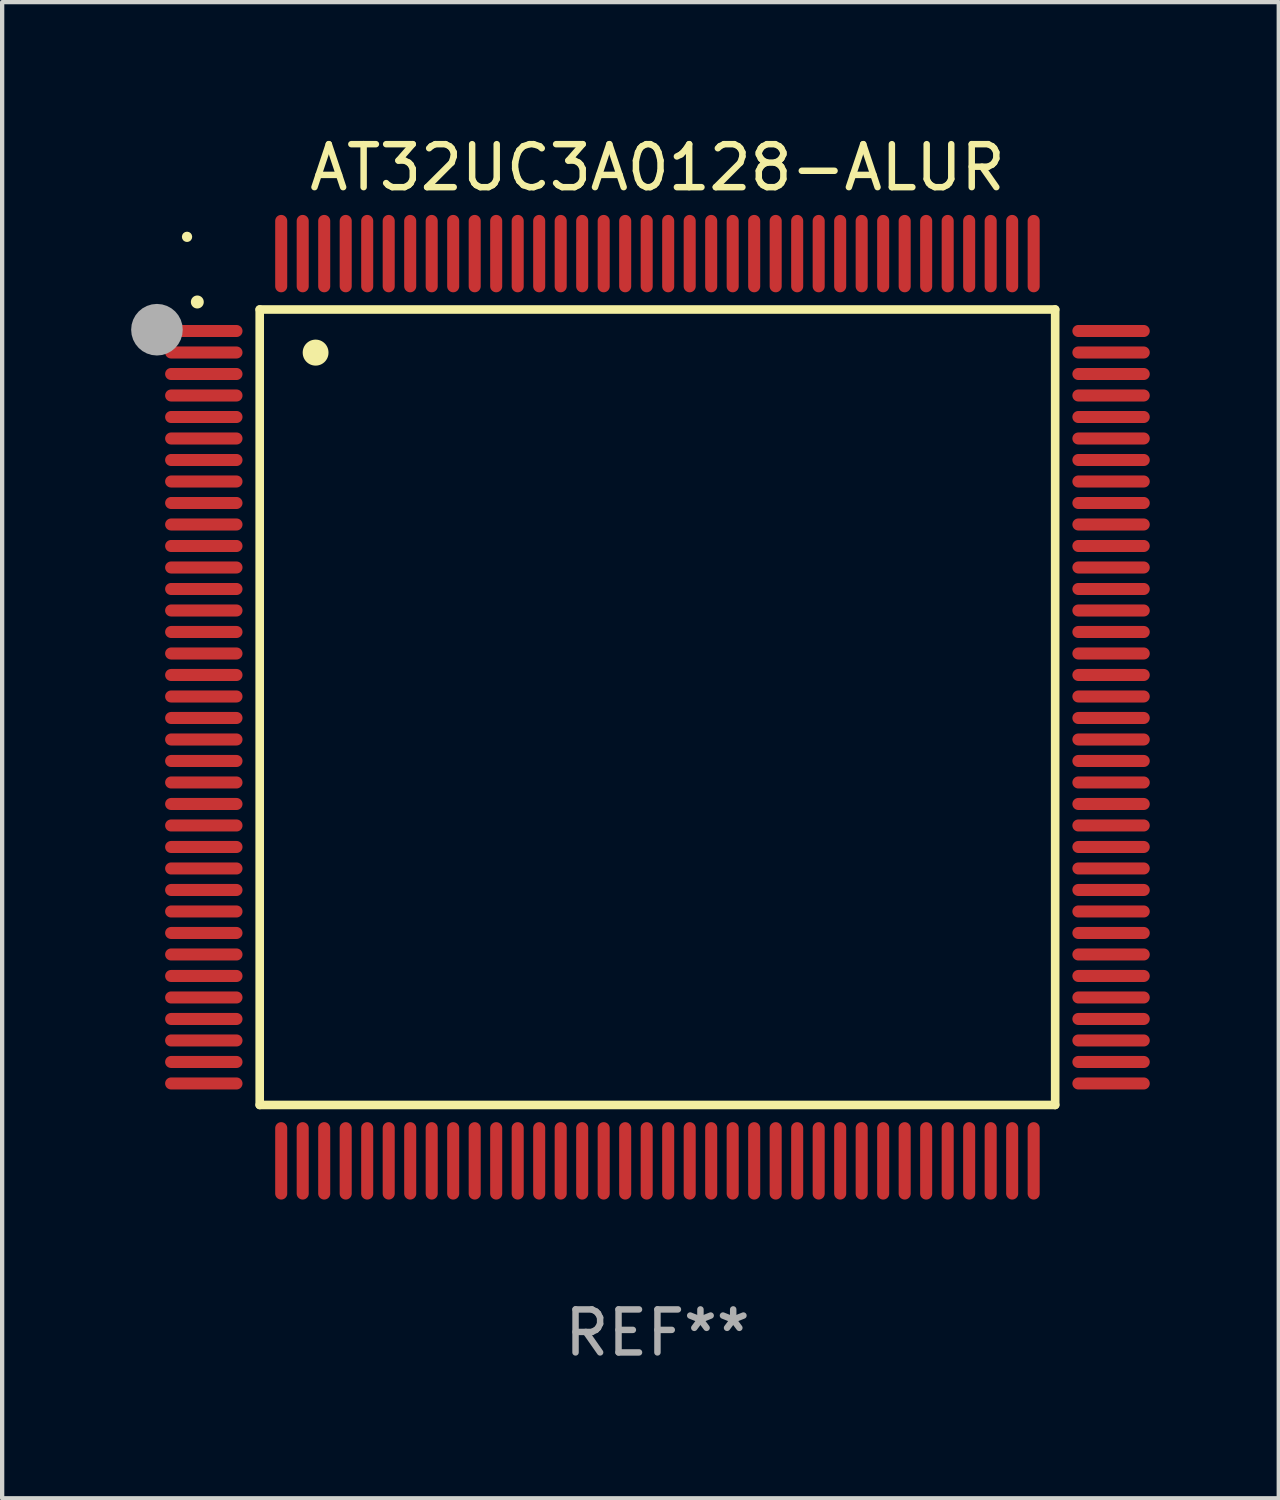
<source format=kicad_pcb>
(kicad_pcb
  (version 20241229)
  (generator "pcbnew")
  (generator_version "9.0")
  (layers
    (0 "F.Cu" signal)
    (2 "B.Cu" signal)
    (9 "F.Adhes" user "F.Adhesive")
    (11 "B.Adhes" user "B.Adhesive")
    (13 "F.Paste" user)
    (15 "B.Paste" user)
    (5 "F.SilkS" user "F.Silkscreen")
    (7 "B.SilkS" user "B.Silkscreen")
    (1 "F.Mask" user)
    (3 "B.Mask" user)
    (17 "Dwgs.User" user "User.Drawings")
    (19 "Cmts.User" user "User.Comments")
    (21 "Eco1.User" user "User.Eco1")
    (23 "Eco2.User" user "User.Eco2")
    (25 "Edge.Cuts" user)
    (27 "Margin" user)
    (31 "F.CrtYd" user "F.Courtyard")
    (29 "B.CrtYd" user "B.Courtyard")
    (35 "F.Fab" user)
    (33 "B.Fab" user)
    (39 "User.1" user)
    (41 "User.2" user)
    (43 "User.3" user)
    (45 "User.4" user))
  (footprint "AT32UC3A0128-ALUR"
    (layer "F.Cu")
    (at 12.24 13.398)
    (property "Reference" "AT32UC3A0128-ALUR" (at 0 -12.55 0) (layer "F.SilkS") (effects (font (size 1 1) (thickness 0.15))))
    (attr through_hole)
    (fp_line (start -9.25 -9.25) (end 9.25 -9.25) (stroke (width 0.2) (type solid)) (layer "F.SilkS"))
    (fp_line (start -9.25 9.25) (end -9.25 -9.25) (stroke (width 0.2) (type solid)) (layer "F.SilkS"))
    (fp_line (start 9.25 -9.25) (end 9.25 9.25) (stroke (width 0.2) (type solid)) (layer "F.SilkS"))
    (fp_line (start 9.25 9.25) (end -9.25 9.25) (stroke (width 0.2) (type solid)) (layer "F.SilkS"))
    (fp_arc (start -10.701041 -9.423419) (mid -10.701046 -9.424689) (end -10.701041 -9.425959) (stroke (width 0.3) (type solid)) (layer "F.SilkS"))
    (fp_arc (start -7.950216 -8.244856) (mid -7.950227 -8.247396) (end -7.950216 -8.249936) (stroke (width 0.6) (type solid)) (layer "F.SilkS"))
    (fp_circle (center -10.94 -10.94) (end -10.88 -10.94) (stroke (width 0.12) (type solid)) (fill no) (layer "F.SilkS"))
    (fp_circle (center -11.64 -8.78) (end -11.34 -8.78) (stroke (width 0.6) (type solid)) (fill no) (layer "F.Fab"))
    (fp_text user "REF**" (at 0 14.55 0) (layer "F.Fab") (effects (font (size 1 1) (thickness 0.15))))
    (pad "1" smd oval (at -10.55 -8.75 90) (size 0.28 1.8) (layers "F.Cu" "F.Mask" "F.Paste"))
    (pad "2" smd oval (at -10.55 -8.25 90) (size 0.28 1.8) (layers "F.Cu" "F.Mask" "F.Paste"))
    (pad "3" smd oval (at -10.55 -7.75 90) (size 0.28 1.8) (layers "F.Cu" "F.Mask" "F.Paste"))
    (pad "4" smd oval (at -10.55 -7.25 90) (size 0.28 1.8) (layers "F.Cu" "F.Mask" "F.Paste"))
    (pad "5" smd oval (at -10.55 -6.75 90) (size 0.28 1.8) (layers "F.Cu" "F.Mask" "F.Paste"))
    (pad "6" smd oval (at -10.55 -6.25 90) (size 0.28 1.8) (layers "F.Cu" "F.Mask" "F.Paste"))
    (pad "7" smd oval (at -10.55 -5.75 90) (size 0.28 1.8) (layers "F.Cu" "F.Mask" "F.Paste"))
    (pad "8" smd oval (at -10.55 -5.25 90) (size 0.28 1.8) (layers "F.Cu" "F.Mask" "F.Paste"))
    (pad "9" smd oval (at -10.55 -4.75 90) (size 0.28 1.8) (layers "F.Cu" "F.Mask" "F.Paste"))
    (pad "10" smd oval (at -10.55 -4.25 90) (size 0.28 1.8) (layers "F.Cu" "F.Mask" "F.Paste"))
    (pad "11" smd oval (at -10.55 -3.75 90) (size 0.28 1.8) (layers "F.Cu" "F.Mask" "F.Paste"))
    (pad "12" smd oval (at -10.55 -3.25 90) (size 0.28 1.8) (layers "F.Cu" "F.Mask" "F.Paste"))
    (pad "13" smd oval (at -10.55 -2.75 90) (size 0.28 1.8) (layers "F.Cu" "F.Mask" "F.Paste"))
    (pad "14" smd oval (at -10.55 -2.25 90) (size 0.28 1.8) (layers "F.Cu" "F.Mask" "F.Paste"))
    (pad "15" smd oval (at -10.55 -1.75 90) (size 0.28 1.8) (layers "F.Cu" "F.Mask" "F.Paste"))
    (pad "16" smd oval (at -10.55 -1.25 90) (size 0.28 1.8) (layers "F.Cu" "F.Mask" "F.Paste"))
    (pad "17" smd oval (at -10.55 -0.75 90) (size 0.28 1.8) (layers "F.Cu" "F.Mask" "F.Paste"))
    (pad "18" smd oval (at -10.55 -0.25 90) (size 0.28 1.8) (layers "F.Cu" "F.Mask" "F.Paste"))
    (pad "19" smd oval (at -10.55 0.25 90) (size 0.28 1.8) (layers "F.Cu" "F.Mask" "F.Paste"))
    (pad "20" smd oval (at -10.55 0.75 90) (size 0.28 1.8) (layers "F.Cu" "F.Mask" "F.Paste"))
    (pad "21" smd oval (at -10.55 1.25 90) (size 0.28 1.8) (layers "F.Cu" "F.Mask" "F.Paste"))
    (pad "22" smd oval (at -10.55 1.75 90) (size 0.28 1.8) (layers "F.Cu" "F.Mask" "F.Paste"))
    (pad "23" smd oval (at -10.55 2.25 90) (size 0.28 1.8) (layers "F.Cu" "F.Mask" "F.Paste"))
    (pad "24" smd oval (at -10.55 2.75 90) (size 0.28 1.8) (layers "F.Cu" "F.Mask" "F.Paste"))
    (pad "25" smd oval (at -10.55 3.25 90) (size 0.28 1.8) (layers "F.Cu" "F.Mask" "F.Paste"))
    (pad "26" smd oval (at -10.55 3.75 90) (size 0.28 1.8) (layers "F.Cu" "F.Mask" "F.Paste"))
    (pad "27" smd oval (at -10.55 4.25 90) (size 0.28 1.8) (layers "F.Cu" "F.Mask" "F.Paste"))
    (pad "28" smd oval (at -10.55 4.75 90) (size 0.28 1.8) (layers "F.Cu" "F.Mask" "F.Paste"))
    (pad "29" smd oval (at -10.55 5.25 90) (size 0.28 1.8) (layers "F.Cu" "F.Mask" "F.Paste"))
    (pad "30" smd oval (at -10.55 5.75 90) (size 0.28 1.8) (layers "F.Cu" "F.Mask" "F.Paste"))
    (pad "31" smd oval (at -10.55 6.25 90) (size 0.28 1.8) (layers "F.Cu" "F.Mask" "F.Paste"))
    (pad "32" smd oval (at -10.55 6.75 90) (size 0.28 1.8) (layers "F.Cu" "F.Mask" "F.Paste"))
    (pad "33" smd oval (at -10.55 7.25 90) (size 0.28 1.8) (layers "F.Cu" "F.Mask" "F.Paste"))
    (pad "34" smd oval (at -10.55 7.75 90) (size 0.28 1.8) (layers "F.Cu" "F.Mask" "F.Paste"))
    (pad "35" smd oval (at -10.55 8.25 90) (size 0.28 1.8) (layers "F.Cu" "F.Mask" "F.Paste"))
    (pad "36" smd oval (at -10.55 8.75 90) (size 0.28 1.8) (layers "F.Cu" "F.Mask" "F.Paste"))
    (pad "37" smd oval (at -8.75 10.55) (size 0.28 1.8) (layers "F.Cu" "F.Mask" "F.Paste"))
    (pad "38" smd oval (at -8.25 10.55) (size 0.28 1.8) (layers "F.Cu" "F.Mask" "F.Paste"))
    (pad "39" smd oval (at -7.75 10.55) (size 0.28 1.8) (layers "F.Cu" "F.Mask" "F.Paste"))
    (pad "40" smd oval (at -7.25 10.55) (size 0.28 1.8) (layers "F.Cu" "F.Mask" "F.Paste"))
    (pad "41" smd oval (at -6.75 10.55) (size 0.28 1.8) (layers "F.Cu" "F.Mask" "F.Paste"))
    (pad "42" smd oval (at -6.25 10.55) (size 0.28 1.8) (layers "F.Cu" "F.Mask" "F.Paste"))
    (pad "43" smd oval (at -5.75 10.55) (size 0.28 1.8) (layers "F.Cu" "F.Mask" "F.Paste"))
    (pad "44" smd oval (at -5.25 10.55) (size 0.28 1.8) (layers "F.Cu" "F.Mask" "F.Paste"))
    (pad "45" smd oval (at -4.75 10.55) (size 0.28 1.8) (layers "F.Cu" "F.Mask" "F.Paste"))
    (pad "46" smd oval (at -4.25 10.55) (size 0.28 1.8) (layers "F.Cu" "F.Mask" "F.Paste"))
    (pad "47" smd oval (at -3.75 10.55) (size 0.28 1.8) (layers "F.Cu" "F.Mask" "F.Paste"))
    (pad "48" smd oval (at -3.25 10.55) (size 0.28 1.8) (layers "F.Cu" "F.Mask" "F.Paste"))
    (pad "49" smd oval (at -2.75 10.55) (size 0.28 1.8) (layers "F.Cu" "F.Mask" "F.Paste"))
    (pad "50" smd oval (at -2.25 10.55) (size 0.28 1.8) (layers "F.Cu" "F.Mask" "F.Paste"))
    (pad "51" smd oval (at -1.75 10.55) (size 0.28 1.8) (layers "F.Cu" "F.Mask" "F.Paste"))
    (pad "52" smd oval (at -1.25 10.55) (size 0.28 1.8) (layers "F.Cu" "F.Mask" "F.Paste"))
    (pad "53" smd oval (at -0.75 10.55) (size 0.28 1.8) (layers "F.Cu" "F.Mask" "F.Paste"))
    (pad "54" smd oval (at -0.25 10.55) (size 0.28 1.8) (layers "F.Cu" "F.Mask" "F.Paste"))
    (pad "55" smd oval (at 0.25 10.55) (size 0.28 1.8) (layers "F.Cu" "F.Mask" "F.Paste"))
    (pad "56" smd oval (at 0.75 10.55) (size 0.28 1.8) (layers "F.Cu" "F.Mask" "F.Paste"))
    (pad "57" smd oval (at 1.25 10.55) (size 0.28 1.8) (layers "F.Cu" "F.Mask" "F.Paste"))
    (pad "58" smd oval (at 1.75 10.55) (size 0.28 1.8) (layers "F.Cu" "F.Mask" "F.Paste"))
    (pad "59" smd oval (at 2.25 10.55) (size 0.28 1.8) (layers "F.Cu" "F.Mask" "F.Paste"))
    (pad "60" smd oval (at 2.75 10.55) (size 0.28 1.8) (layers "F.Cu" "F.Mask" "F.Paste"))
    (pad "61" smd oval (at 3.25 10.55) (size 0.28 1.8) (layers "F.Cu" "F.Mask" "F.Paste"))
    (pad "62" smd oval (at 3.75 10.55) (size 0.28 1.8) (layers "F.Cu" "F.Mask" "F.Paste"))
    (pad "63" smd oval (at 4.25 10.55) (size 0.28 1.8) (layers "F.Cu" "F.Mask" "F.Paste"))
    (pad "64" smd oval (at 4.75 10.55) (size 0.28 1.8) (layers "F.Cu" "F.Mask" "F.Paste"))
    (pad "65" smd oval (at 5.25 10.55) (size 0.28 1.8) (layers "F.Cu" "F.Mask" "F.Paste"))
    (pad "66" smd oval (at 5.75 10.55) (size 0.28 1.8) (layers "F.Cu" "F.Mask" "F.Paste"))
    (pad "67" smd oval (at 6.25 10.55) (size 0.28 1.8) (layers "F.Cu" "F.Mask" "F.Paste"))
    (pad "68" smd oval (at 6.75 10.55) (size 0.28 1.8) (layers "F.Cu" "F.Mask" "F.Paste"))
    (pad "69" smd oval (at 7.25 10.55) (size 0.28 1.8) (layers "F.Cu" "F.Mask" "F.Paste"))
    (pad "70" smd oval (at 7.75 10.55) (size 0.28 1.8) (layers "F.Cu" "F.Mask" "F.Paste"))
    (pad "71" smd oval (at 8.25 10.55) (size 0.28 1.8) (layers "F.Cu" "F.Mask" "F.Paste"))
    (pad "72" smd oval (at 8.75 10.55) (size 0.28 1.8) (layers "F.Cu" "F.Mask" "F.Paste"))
    (pad "73" smd oval (at 10.55 8.75 90) (size 0.28 1.8) (layers "F.Cu" "F.Mask" "F.Paste"))
    (pad "74" smd oval (at 10.55 8.25 90) (size 0.28 1.8) (layers "F.Cu" "F.Mask" "F.Paste"))
    (pad "75" smd oval (at 10.55 7.75 90) (size 0.28 1.8) (layers "F.Cu" "F.Mask" "F.Paste"))
    (pad "76" smd oval (at 10.55 7.25 90) (size 0.28 1.8) (layers "F.Cu" "F.Mask" "F.Paste"))
    (pad "77" smd oval (at 10.55 6.75 90) (size 0.28 1.8) (layers "F.Cu" "F.Mask" "F.Paste"))
    (pad "78" smd oval (at 10.55 6.25 90) (size 0.28 1.8) (layers "F.Cu" "F.Mask" "F.Paste"))
    (pad "79" smd oval (at 10.55 5.75 90) (size 0.28 1.8) (layers "F.Cu" "F.Mask" "F.Paste"))
    (pad "80" smd oval (at 10.55 5.25 90) (size 0.28 1.8) (layers "F.Cu" "F.Mask" "F.Paste"))
    (pad "81" smd oval (at 10.55 4.75 90) (size 0.28 1.8) (layers "F.Cu" "F.Mask" "F.Paste"))
    (pad "82" smd oval (at 10.55 4.25 90) (size 0.28 1.8) (layers "F.Cu" "F.Mask" "F.Paste"))
    (pad "83" smd oval (at 10.55 3.75 90) (size 0.28 1.8) (layers "F.Cu" "F.Mask" "F.Paste"))
    (pad "84" smd oval (at 10.55 3.25 90) (size 0.28 1.8) (layers "F.Cu" "F.Mask" "F.Paste"))
    (pad "85" smd oval (at 10.55 2.75 90) (size 0.28 1.8) (layers "F.Cu" "F.Mask" "F.Paste"))
    (pad "86" smd oval (at 10.55 2.25 90) (size 0.28 1.8) (layers "F.Cu" "F.Mask" "F.Paste"))
    (pad "87" smd oval (at 10.55 1.75 90) (size 0.28 1.8) (layers "F.Cu" "F.Mask" "F.Paste"))
    (pad "88" smd oval (at 10.55 1.25 90) (size 0.28 1.8) (layers "F.Cu" "F.Mask" "F.Paste"))
    (pad "89" smd oval (at 10.55 0.75 90) (size 0.28 1.8) (layers "F.Cu" "F.Mask" "F.Paste"))
    (pad "90" smd oval (at 10.55 0.25 90) (size 0.28 1.8) (layers "F.Cu" "F.Mask" "F.Paste"))
    (pad "91" smd oval (at 10.55 -0.25 90) (size 0.28 1.8) (layers "F.Cu" "F.Mask" "F.Paste"))
    (pad "92" smd oval (at 10.55 -0.75 90) (size 0.28 1.8) (layers "F.Cu" "F.Mask" "F.Paste"))
    (pad "93" smd oval (at 10.55 -1.25 90) (size 0.28 1.8) (layers "F.Cu" "F.Mask" "F.Paste"))
    (pad "94" smd oval (at 10.55 -1.75 90) (size 0.28 1.8) (layers "F.Cu" "F.Mask" "F.Paste"))
    (pad "95" smd oval (at 10.55 -2.25 90) (size 0.28 1.8) (layers "F.Cu" "F.Mask" "F.Paste"))
    (pad "96" smd oval (at 10.55 -2.75 90) (size 0.28 1.8) (layers "F.Cu" "F.Mask" "F.Paste"))
    (pad "97" smd oval (at 10.55 -3.25 90) (size 0.28 1.8) (layers "F.Cu" "F.Mask" "F.Paste"))
    (pad "98" smd oval (at 10.55 -3.75 90) (size 0.28 1.8) (layers "F.Cu" "F.Mask" "F.Paste"))
    (pad "99" smd oval (at 10.55 -4.25 90) (size 0.28 1.8) (layers "F.Cu" "F.Mask" "F.Paste"))
    (pad "100" smd oval (at 10.55 -4.75 90) (size 0.28 1.8) (layers "F.Cu" "F.Mask" "F.Paste"))
    (pad "101" smd oval (at 10.55 -5.25 90) (size 0.28 1.8) (layers "F.Cu" "F.Mask" "F.Paste"))
    (pad "102" smd oval (at 10.55 -5.75 90) (size 0.28 1.8) (layers "F.Cu" "F.Mask" "F.Paste"))
    (pad "103" smd oval (at 10.55 -6.25 90) (size 0.28 1.8) (layers "F.Cu" "F.Mask" "F.Paste"))
    (pad "104" smd oval (at 10.55 -6.75 90) (size 0.28 1.8) (layers "F.Cu" "F.Mask" "F.Paste"))
    (pad "105" smd oval (at 10.55 -7.25 90) (size 0.28 1.8) (layers "F.Cu" "F.Mask" "F.Paste"))
    (pad "106" smd oval (at 10.55 -7.75 90) (size 0.28 1.8) (layers "F.Cu" "F.Mask" "F.Paste"))
    (pad "107" smd oval (at 10.55 -8.25 90) (size 0.28 1.8) (layers "F.Cu" "F.Mask" "F.Paste"))
    (pad "108" smd oval (at 10.55 -8.75 90) (size 0.28 1.8) (layers "F.Cu" "F.Mask" "F.Paste"))
    (pad "109" smd oval (at 8.75 -10.55) (size 0.28 1.8) (layers "F.Cu" "F.Mask" "F.Paste"))
    (pad "110" smd oval (at 8.25 -10.55) (size 0.28 1.8) (layers "F.Cu" "F.Mask" "F.Paste"))
    (pad "111" smd oval (at 7.75 -10.55) (size 0.28 1.8) (layers "F.Cu" "F.Mask" "F.Paste"))
    (pad "112" smd oval (at 7.25 -10.55) (size 0.28 1.8) (layers "F.Cu" "F.Mask" "F.Paste"))
    (pad "113" smd oval (at 6.75 -10.55) (size 0.28 1.8) (layers "F.Cu" "F.Mask" "F.Paste"))
    (pad "114" smd oval (at 6.25 -10.55) (size 0.28 1.8) (layers "F.Cu" "F.Mask" "F.Paste"))
    (pad "115" smd oval (at 5.75 -10.55) (size 0.28 1.8) (layers "F.Cu" "F.Mask" "F.Paste"))
    (pad "116" smd oval (at 5.25 -10.55) (size 0.28 1.8) (layers "F.Cu" "F.Mask" "F.Paste"))
    (pad "117" smd oval (at 4.75 -10.55) (size 0.28 1.8) (layers "F.Cu" "F.Mask" "F.Paste"))
    (pad "118" smd oval (at 4.25 -10.55) (size 0.28 1.8) (layers "F.Cu" "F.Mask" "F.Paste"))
    (pad "119" smd oval (at 3.75 -10.55) (size 0.28 1.8) (layers "F.Cu" "F.Mask" "F.Paste"))
    (pad "120" smd oval (at 3.25 -10.55) (size 0.28 1.8) (layers "F.Cu" "F.Mask" "F.Paste"))
    (pad "121" smd oval (at 2.75 -10.55) (size 0.28 1.8) (layers "F.Cu" "F.Mask" "F.Paste"))
    (pad "122" smd oval (at 2.25 -10.55) (size 0.28 1.8) (layers "F.Cu" "F.Mask" "F.Paste"))
    (pad "123" smd oval (at 1.75 -10.55) (size 0.28 1.8) (layers "F.Cu" "F.Mask" "F.Paste"))
    (pad "124" smd oval (at 1.25 -10.55) (size 0.28 1.8) (layers "F.Cu" "F.Mask" "F.Paste"))
    (pad "125" smd oval (at 0.75 -10.55) (size 0.28 1.8) (layers "F.Cu" "F.Mask" "F.Paste"))
    (pad "126" smd oval (at 0.25 -10.55) (size 0.28 1.8) (layers "F.Cu" "F.Mask" "F.Paste"))
    (pad "127" smd oval (at -0.25 -10.55) (size 0.28 1.8) (layers "F.Cu" "F.Mask" "F.Paste"))
    (pad "128" smd oval (at -0.75 -10.55) (size 0.28 1.8) (layers "F.Cu" "F.Mask" "F.Paste"))
    (pad "129" smd oval (at -1.25 -10.55) (size 0.28 1.8) (layers "F.Cu" "F.Mask" "F.Paste"))
    (pad "130" smd oval (at -1.75 -10.55) (size 0.28 1.8) (layers "F.Cu" "F.Mask" "F.Paste"))
    (pad "131" smd oval (at -2.25 -10.55) (size 0.28 1.8) (layers "F.Cu" "F.Mask" "F.Paste"))
    (pad "132" smd oval (at -2.75 -10.55) (size 0.28 1.8) (layers "F.Cu" "F.Mask" "F.Paste"))
    (pad "133" smd oval (at -3.25 -10.55) (size 0.28 1.8) (layers "F.Cu" "F.Mask" "F.Paste"))
    (pad "134" smd oval (at -3.75 -10.55) (size 0.28 1.8) (layers "F.Cu" "F.Mask" "F.Paste"))
    (pad "135" smd oval (at -4.25 -10.55) (size 0.28 1.8) (layers "F.Cu" "F.Mask" "F.Paste"))
    (pad "136" smd oval (at -4.75 -10.55) (size 0.28 1.8) (layers "F.Cu" "F.Mask" "F.Paste"))
    (pad "137" smd oval (at -5.25 -10.55) (size 0.28 1.8) (layers "F.Cu" "F.Mask" "F.Paste"))
    (pad "138" smd oval (at -5.75 -10.55) (size 0.28 1.8) (layers "F.Cu" "F.Mask" "F.Paste"))
    (pad "139" smd oval (at -6.25 -10.55) (size 0.28 1.8) (layers "F.Cu" "F.Mask" "F.Paste"))
    (pad "140" smd oval (at -6.75 -10.55) (size 0.28 1.8) (layers "F.Cu" "F.Mask" "F.Paste"))
    (pad "141" smd oval (at -7.25 -10.55) (size 0.28 1.8) (layers "F.Cu" "F.Mask" "F.Paste"))
    (pad "142" smd oval (at -7.75 -10.55) (size 0.28 1.8) (layers "F.Cu" "F.Mask" "F.Paste"))
    (pad "143" smd oval (at -8.25 -10.55) (size 0.28 1.8) (layers "F.Cu" "F.Mask" "F.Paste"))
    (pad "144" smd oval (at -8.75 -10.55) (size 0.28 1.8) (layers "F.Cu" "F.Mask" "F.Paste")))
  (gr_rect
    (start -3 -3)
    (end 26.69 31.796)
    (stroke (width 0.1) (type default))
    (fill no)
    (layer "Edge.Cuts")))
</source>
